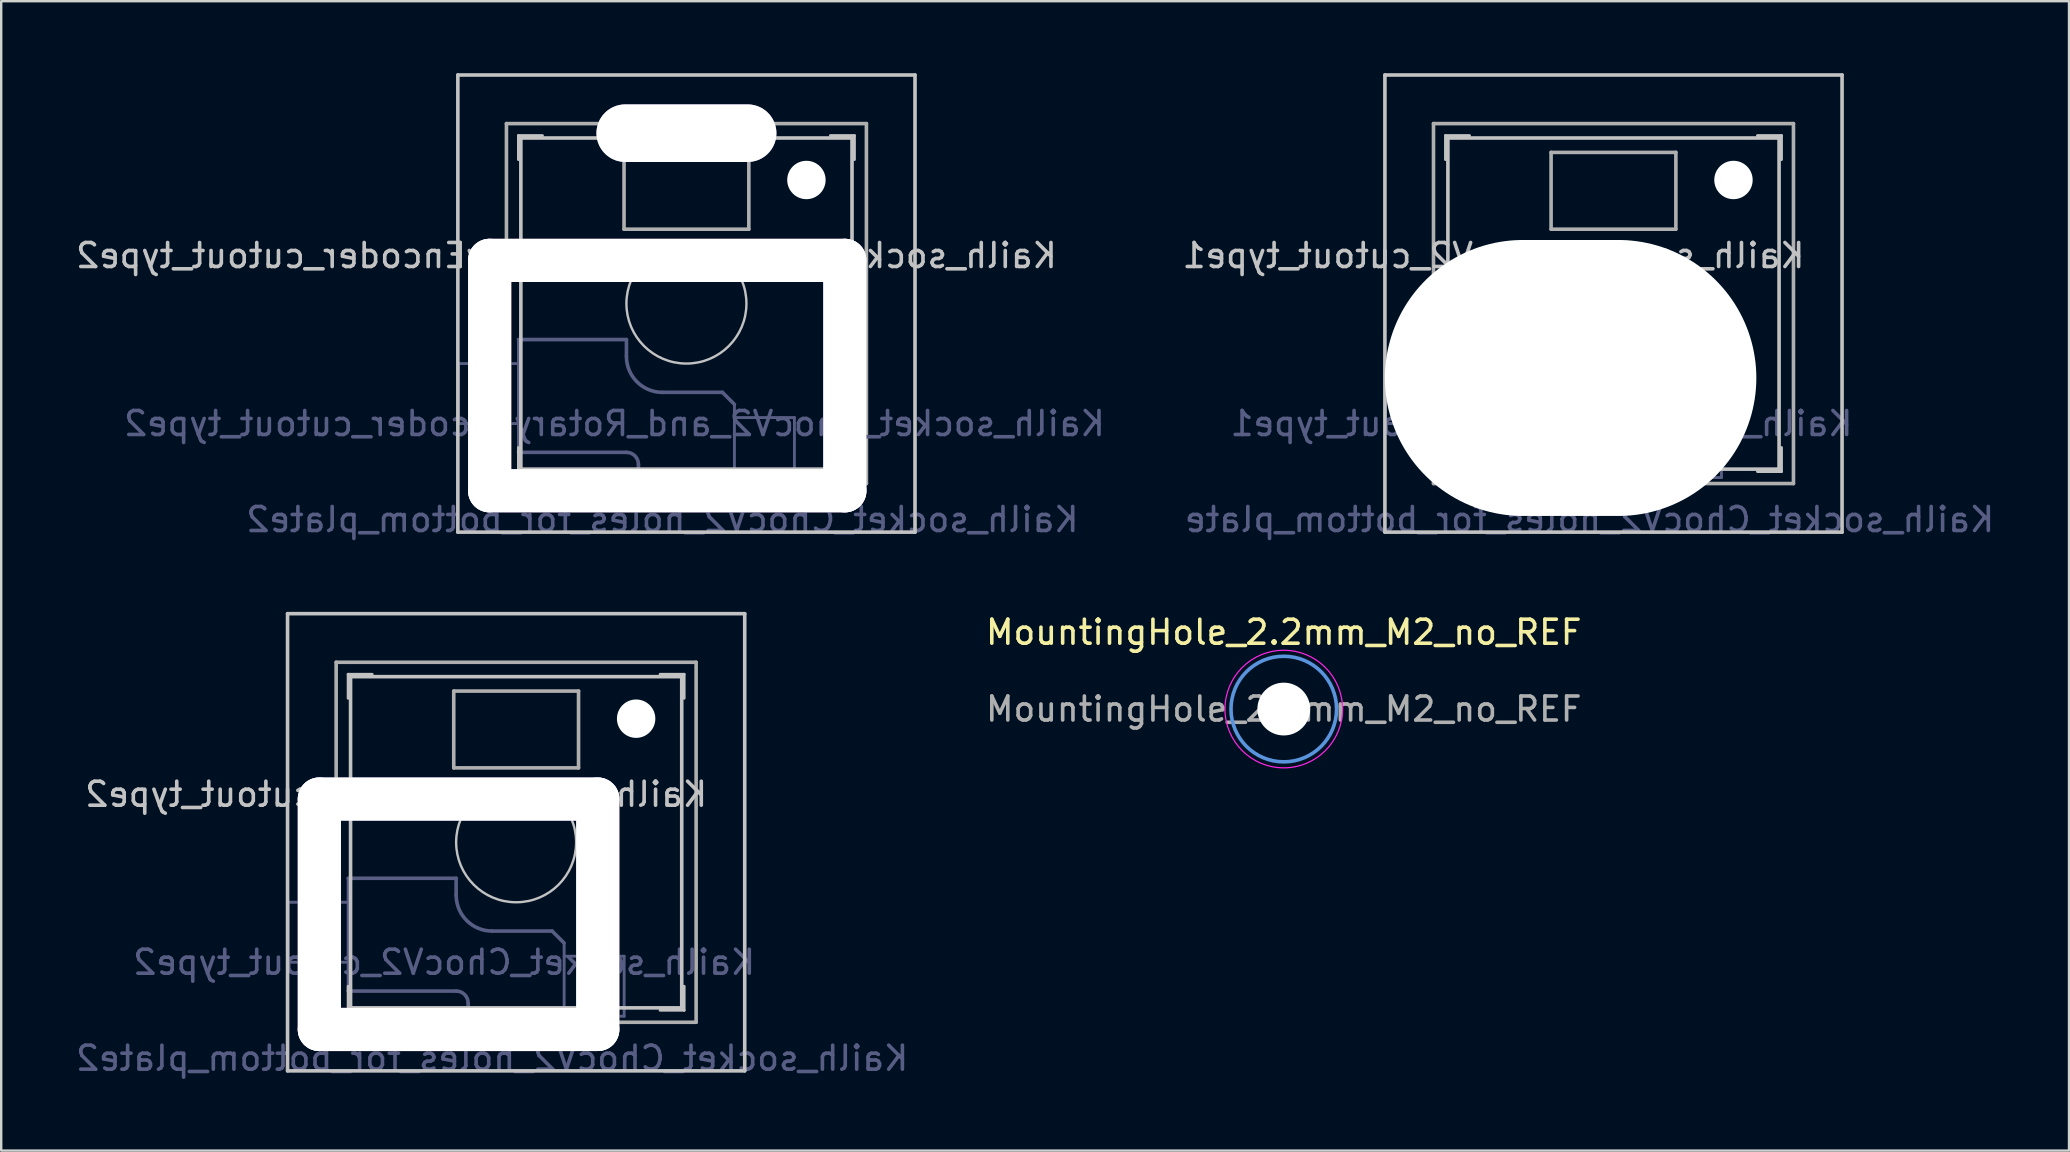
<source format=kicad_pcb>
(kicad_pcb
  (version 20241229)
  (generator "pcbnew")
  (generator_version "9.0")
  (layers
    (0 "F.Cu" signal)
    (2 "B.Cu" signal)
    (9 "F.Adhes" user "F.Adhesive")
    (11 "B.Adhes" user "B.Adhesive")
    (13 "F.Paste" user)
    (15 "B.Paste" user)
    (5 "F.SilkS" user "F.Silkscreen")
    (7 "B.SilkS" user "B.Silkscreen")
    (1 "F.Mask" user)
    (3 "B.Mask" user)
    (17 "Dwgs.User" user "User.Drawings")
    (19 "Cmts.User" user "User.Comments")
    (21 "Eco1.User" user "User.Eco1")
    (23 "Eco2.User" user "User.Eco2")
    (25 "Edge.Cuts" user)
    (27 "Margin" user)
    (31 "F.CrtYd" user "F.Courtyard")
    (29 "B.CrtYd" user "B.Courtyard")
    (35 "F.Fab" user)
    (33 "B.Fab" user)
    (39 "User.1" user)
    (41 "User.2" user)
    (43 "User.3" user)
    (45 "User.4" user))
  (footprint "Kailh_socket_ChocV2_cutout_type1"
    (layer "F.Cu")
    (at 64.185 9.6)
    (property "Reference" "Kailh_socket_ChocV2_cutout_type1" (at -5 -2 0) (layer "Dwgs.User") (effects (font (size 1 1) (thickness 0.15)) (justify mirror)))
    (property "Value" "Kailh_socket_ChocV2_holes_for_bottom_plate" (at 0 8.255 0) (layer "F.Fab") (hide yes) (effects (font (size 1 1) (thickness 0.15))))
    (attr smd)
    (fp_line (start -9.525 -9.525) (end 9.525 -9.525) (stroke (width 0.15) (type solid)) (layer "Dwgs.User"))
    (fp_line (start -9.525 9.525) (end -9.525 -9.525) (stroke (width 0.15) (type solid)) (layer "Dwgs.User"))
    (fp_line (start -7 -7) (end -7 -6) (stroke (width 0.12) (type solid)) (layer "Dwgs.User"))
    (fp_line (start -7 -7) (end -6 -7) (stroke (width 0.12) (type solid)) (layer "Dwgs.User"))
    (fp_line (start -7 7) (end -7 6) (stroke (width 0.12) (type solid)) (layer "Dwgs.User"))
    (fp_line (start -7 7) (end -6 7) (stroke (width 0.12) (type solid)) (layer "Dwgs.User"))
    (fp_line (start -6.9 6.9) (end -6.9 -6.9) (stroke (width 0.15) (type solid)) (layer "Dwgs.User"))
    (fp_line (start -6.9 6.9) (end 6.9 6.9) (stroke (width 0.15) (type solid)) (layer "Dwgs.User"))
    (fp_line (start 6.9 -6.9) (end -6.9 -6.9) (stroke (width 0.15) (type solid)) (layer "Dwgs.User"))
    (fp_line (start 6.9 -6.9) (end 6.9 6.9) (stroke (width 0.15) (type solid)) (layer "Dwgs.User"))
    (fp_line (start 7 -7) (end 6 -7) (stroke (width 0.12) (type solid)) (layer "Dwgs.User"))
    (fp_line (start 7 -7) (end 7 -6) (stroke (width 0.12) (type solid)) (layer "Dwgs.User"))
    (fp_line (start 7 7) (end 6 7) (stroke (width 0.12) (type solid)) (layer "Dwgs.User"))
    (fp_line (start 7 7) (end 7 6) (stroke (width 0.12) (type solid)) (layer "Dwgs.User"))
    (fp_line (start 9.525 -9.525) (end 9.525 9.525) (stroke (width 0.15) (type solid)) (layer "Dwgs.User"))
    (fp_line (start 9.525 9.525) (end -9.525 9.525) (stroke (width 0.15) (type solid)) (layer "Dwgs.User"))
    (fp_circle (center 0 0) (end 2.5 0) (stroke (width 0.1) (type default)) (fill no) (layer "Dwgs.User"))
    (fp_line (start -9.5 2.5) (end -7 2.5) (stroke (width 0.12) (type solid)) (layer "B.Fab"))
    (fp_line (start -9.5 5) (end -9.5 2.5) (stroke (width 0.12) (type solid)) (layer "B.Fab"))
    (fp_line (start -7 1.5) (end -7 6.2) (stroke (width 0.12) (type solid)) (layer "B.Fab"))
    (fp_line (start -7 5) (end -9.5 5) (stroke (width 0.12) (type solid)) (layer "B.Fab"))
    (fp_line (start -7 6.2) (end -2.5 6.2) (stroke (width 0.15) (type solid)) (layer "B.Fab"))
    (fp_line (start -2.5 1.5) (end -7 1.5) (stroke (width 0.15) (type solid)) (layer "B.Fab"))
    (fp_line (start -2.5 2.2) (end -2.5 1.5) (stroke (width 0.15) (type solid)) (layer "B.Fab"))
    (fp_line (start -2 6.7) (end -2 7.7) (stroke (width 0.15) (type solid)) (layer "B.Fab"))
    (fp_line (start -1.5 8.2) (end -2 7.7) (stroke (width 0.15) (type solid)) (layer "B.Fab"))
    (fp_line (start 1.5 3.7) (end -1 3.7) (stroke (width 0.15) (type solid)) (layer "B.Fab"))
    (fp_line (start 1.5 8.2) (end -1.5 8.2) (stroke (width 0.15) (type solid)) (layer "B.Fab"))
    (fp_line (start 2 4.2) (end 1.5 3.7) (stroke (width 0.15) (type solid)) (layer "B.Fab"))
    (fp_line (start 2 4.25) (end 2 7.7) (stroke (width 0.12) (type solid)) (layer "B.Fab"))
    (fp_line (start 2 4.75) (end 4.5 4.75) (stroke (width 0.12) (type solid)) (layer "B.Fab"))
    (fp_line (start 2 7.7) (end 1.5 8.2) (stroke (width 0.15) (type solid)) (layer "B.Fab"))
    (fp_line (start 4.5 4.75) (end 4.5 7.25) (stroke (width 0.12) (type solid)) (layer "B.Fab"))
    (fp_line (start 4.5 7.25) (end 2 7.25) (stroke (width 0.12) (type solid)) (layer "B.Fab"))
    (fp_arc (start -2.5 6.2) (mid -2.146447 6.346447) (end -2 6.7) (stroke (width 0.15) (type solid)) (layer "B.Fab"))
    (fp_arc (start -1 3.7) (mid -2.06066 3.26066) (end -2.5 2.2) (stroke (width 0.15) (type solid)) (layer "B.Fab"))
    (fp_line (start -7.5 -7.5) (end 7.5 -7.5) (stroke (width 0.15) (type solid)) (layer "F.Fab"))
    (fp_line (start -7.5 7.5) (end -7.5 -7.5) (stroke (width 0.15) (type solid)) (layer "F.Fab"))
    (fp_line (start -2.6 -3.1) (end -2.6 -6.3) (stroke (width 0.15) (type solid)) (layer "F.Fab"))
    (fp_line (start -2.6 -3.1) (end 2.6 -3.1) (stroke (width 0.15) (type solid)) (layer "F.Fab"))
    (fp_line (start 2.6 -6.3) (end -2.6 -6.3) (stroke (width 0.15) (type solid)) (layer "F.Fab"))
    (fp_line (start 2.6 -3.1) (end 2.6 -6.3) (stroke (width 0.15) (type solid)) (layer "F.Fab"))
    (fp_line (start 7.5 -7.5) (end 7.5 7.5) (stroke (width 0.15) (type solid)) (layer "F.Fab"))
    (fp_line (start 7.5 7.5) (end -7.5 7.5) (stroke (width 0.15) (type solid)) (layer "F.Fab"))
    (fp_text user "${REFERENCE}" (at -3 5 0) (layer "B.Fab") (effects (font (size 1 1) (thickness 0.15)) (justify mirror)))
    (fp_text user "${VALUE}" (at -1 9 0) (layer "B.Fab") (effects (font (size 1 1) (thickness 0.15)) (justify mirror)))
    (pad "" np_thru_hole oval (at -1.786 3.1) (size 15.478 11.5) (drill oval 15.478 11.5) (layers "*.Cu" "*.Mask"))
    (pad "" np_thru_hole circle (at 5 -5.15) (size 1.6 1.6) (drill 1.6) (layers "*.Cu" "*.Mask")))
  (footprint "MountingHole_2.2mm_M2_no_REF"
    (layer "F.Cu")
    (at 50.446 26.497)
    (property "Reference" "MountingHole_2.2mm_M2_no_REF" (at 0 -3.2 0) (layer "F.SilkS") (effects (font (size 1 1) (thickness 0.15))))
    (attr exclude_from_pos_files exclude_from_bom)
    (fp_circle (center 0 0) (end 2.2 0) (stroke (width 0.15) (type solid)) (fill no) (layer "Cmts.User"))
    (fp_circle (center 0 0) (end 2.45 0) (stroke (width 0.05) (type solid)) (fill no) (layer "F.CrtYd"))
    (fp_text user "${REFERENCE}" (at 0 0 0) (layer "F.Fab") (effects (font (size 1 1) (thickness 0.15))))
    (pad "" np_thru_hole circle (at 0 0) (size 2.2 2.2) (drill 2.2) (layers "*.Cu" "*.Mask")))
  (footprint "Kailh_socket_ChocV2_cutout_type2"
    (layer "F.Cu")
    (at 18.458 32.048)
    (property "Reference" "Kailh_socket_ChocV2_cutout_type2" (at -5 -2 0) (layer "Dwgs.User") (effects (font (size 1 1) (thickness 0.15)) (justify mirror)))
    (property "Value" "Kailh_socket_ChocV2_holes_for_bottom_plate2" (at 0 8.255 0) (layer "F.Fab") (hide yes) (effects (font (size 1 1) (thickness 0.15))))
    (attr smd)
    (fp_line (start -9.525 -9.525) (end 9.525 -9.525) (stroke (width 0.15) (type solid)) (layer "Dwgs.User"))
    (fp_line (start -9.525 9.525) (end -9.525 -9.525) (stroke (width 0.15) (type solid)) (layer "Dwgs.User"))
    (fp_line (start -7 -7) (end -7 -6) (stroke (width 0.12) (type solid)) (layer "Dwgs.User"))
    (fp_line (start -7 -7) (end -6 -7) (stroke (width 0.12) (type solid)) (layer "Dwgs.User"))
    (fp_line (start -7 7) (end -7 6) (stroke (width 0.12) (type solid)) (layer "Dwgs.User"))
    (fp_line (start -7 7) (end -6 7) (stroke (width 0.12) (type solid)) (layer "Dwgs.User"))
    (fp_line (start -6.9 6.9) (end -6.9 -6.9) (stroke (width 0.15) (type solid)) (layer "Dwgs.User"))
    (fp_line (start -6.9 6.9) (end 6.9 6.9) (stroke (width 0.15) (type solid)) (layer "Dwgs.User"))
    (fp_line (start 6.9 -6.9) (end -6.9 -6.9) (stroke (width 0.15) (type solid)) (layer "Dwgs.User"))
    (fp_line (start 6.9 -6.9) (end 6.9 6.9) (stroke (width 0.15) (type solid)) (layer "Dwgs.User"))
    (fp_line (start 7 -7) (end 6 -7) (stroke (width 0.12) (type solid)) (layer "Dwgs.User"))
    (fp_line (start 7 -7) (end 7 -6) (stroke (width 0.12) (type solid)) (layer "Dwgs.User"))
    (fp_line (start 7 7) (end 6 7) (stroke (width 0.12) (type solid)) (layer "Dwgs.User"))
    (fp_line (start 7 7) (end 7 6) (stroke (width 0.12) (type solid)) (layer "Dwgs.User"))
    (fp_line (start 9.525 -9.525) (end 9.525 9.525) (stroke (width 0.15) (type solid)) (layer "Dwgs.User"))
    (fp_line (start 9.525 9.525) (end -9.525 9.525) (stroke (width 0.15) (type solid)) (layer "Dwgs.User"))
    (fp_circle (center 0 0) (end 2.5 0) (stroke (width 0.1) (type default)) (fill no) (layer "Dwgs.User"))
    (fp_line (start -9.5 2.5) (end -7 2.5) (stroke (width 0.12) (type solid)) (layer "B.Fab"))
    (fp_line (start -9.5 5) (end -9.5 2.5) (stroke (width 0.12) (type solid)) (layer "B.Fab"))
    (fp_line (start -7 1.5) (end -7 6.2) (stroke (width 0.12) (type solid)) (layer "B.Fab"))
    (fp_line (start -7 5) (end -9.5 5) (stroke (width 0.12) (type solid)) (layer "B.Fab"))
    (fp_line (start -7 6.2) (end -2.5 6.2) (stroke (width 0.15) (type solid)) (layer "B.Fab"))
    (fp_line (start -2.5 1.5) (end -7 1.5) (stroke (width 0.15) (type solid)) (layer "B.Fab"))
    (fp_line (start -2.5 2.2) (end -2.5 1.5) (stroke (width 0.15) (type solid)) (layer "B.Fab"))
    (fp_line (start -2 6.7) (end -2 7.7) (stroke (width 0.15) (type solid)) (layer "B.Fab"))
    (fp_line (start -1.5 8.2) (end -2 7.7) (stroke (width 0.15) (type solid)) (layer "B.Fab"))
    (fp_line (start 1.5 3.7) (end -1 3.7) (stroke (width 0.15) (type solid)) (layer "B.Fab"))
    (fp_line (start 1.5 8.2) (end -1.5 8.2) (stroke (width 0.15) (type solid)) (layer "B.Fab"))
    (fp_line (start 2 4.2) (end 1.5 3.7) (stroke (width 0.15) (type solid)) (layer "B.Fab"))
    (fp_line (start 2 4.25) (end 2 7.7) (stroke (width 0.12) (type solid)) (layer "B.Fab"))
    (fp_line (start 2 4.75) (end 4.5 4.75) (stroke (width 0.12) (type solid)) (layer "B.Fab"))
    (fp_line (start 2 7.7) (end 1.5 8.2) (stroke (width 0.15) (type solid)) (layer "B.Fab"))
    (fp_line (start 4.5 4.75) (end 4.5 7.25) (stroke (width 0.12) (type solid)) (layer "B.Fab"))
    (fp_line (start 4.5 7.25) (end 2 7.25) (stroke (width 0.12) (type solid)) (layer "B.Fab"))
    (fp_arc (start -2.5 6.2) (mid -2.146447 6.346447) (end -2 6.7) (stroke (width 0.15) (type solid)) (layer "B.Fab"))
    (fp_arc (start -1 3.7) (mid -2.06066 3.26066) (end -2.5 2.2) (stroke (width 0.15) (type solid)) (layer "B.Fab"))
    (fp_line (start -7.5 -7.5) (end 7.5 -7.5) (stroke (width 0.15) (type solid)) (layer "F.Fab"))
    (fp_line (start -7.5 7.5) (end -7.5 -7.5) (stroke (width 0.15) (type solid)) (layer "F.Fab"))
    (fp_line (start -2.6 -3.1) (end -2.6 -6.3) (stroke (width 0.15) (type solid)) (layer "F.Fab"))
    (fp_line (start -2.6 -3.1) (end 2.6 -3.1) (stroke (width 0.15) (type solid)) (layer "F.Fab"))
    (fp_line (start 2.6 -6.3) (end -2.6 -6.3) (stroke (width 0.15) (type solid)) (layer "F.Fab"))
    (fp_line (start 2.6 -3.1) (end 2.6 -6.3) (stroke (width 0.15) (type solid)) (layer "F.Fab"))
    (fp_line (start 7.5 -7.5) (end 7.5 7.5) (stroke (width 0.15) (type solid)) (layer "F.Fab"))
    (fp_line (start 7.5 7.5) (end -7.5 7.5) (stroke (width 0.15) (type solid)) (layer "F.Fab"))
    (fp_text user "${REFERENCE}" (at -3 5 0) (layer "B.Fab") (effects (font (size 1 1) (thickness 0.15)) (justify mirror)))
    (fp_text user "${VALUE}" (at -1 9 0) (layer "B.Fab") (effects (font (size 1 1) (thickness 0.15)) (justify mirror)))
    (pad "" np_thru_hole roundrect (at -8.2 3 90) (size 11.4 1.8) (drill oval 11.4 1.8) (layers "*.Cu" "*.Mask") (roundrect_rratio 0.5))
    (pad "" np_thru_hole roundrect (at -2.4 -1.8) (size 13.4 1.8) (drill oval 13.4 1.8) (layers "*.Cu" "*.Mask") (roundrect_rratio 0.5))
    (pad "" np_thru_hole roundrect (at -2.4 7.8) (size 13.4 1.8) (drill oval 13.4 1.8) (layers "*.Cu" "*.Mask") (roundrect_rratio 0.5))
    (pad "" np_thru_hole roundrect (at 3.4 3 90) (size 11.4 1.8) (drill oval 11.4 1.8) (layers "*.Cu" "*.Mask") (roundrect_rratio 0.5))
    (pad "" np_thru_hole circle (at 5 -5.15) (size 1.6 1.6) (drill 1.6) (layers "*.Cu" "*.Mask")))
  (footprint "Kailh_socket_ChocV2_and_RotaryEncoder_cutout_type2"
    (layer "F.Cu")
    (at 25.554 9.6)
    (property "Reference" "Kailh_socket_ChocV2_and_RotaryEncoder_cutout_type2" (at -5 -2 0) (layer "Dwgs.User") (effects (font (size 1 1) (thickness 0.15)) (justify mirror)))
    (property "Value" "Kailh_socket_ChocV2_holes_for_bottom_plate2" (at 0 8.255 0) (layer "F.Fab") (hide yes) (effects (font (size 1 1) (thickness 0.15))))
    (attr smd)
    (fp_line (start -9.525 -9.525) (end 9.525 -9.525) (stroke (width 0.15) (type solid)) (layer "Dwgs.User"))
    (fp_line (start -9.525 9.525) (end -9.525 -9.525) (stroke (width 0.15) (type solid)) (layer "Dwgs.User"))
    (fp_line (start -7 -7) (end -7 -6) (stroke (width 0.12) (type solid)) (layer "Dwgs.User"))
    (fp_line (start -7 -7) (end -6 -7) (stroke (width 0.12) (type solid)) (layer "Dwgs.User"))
    (fp_line (start -7 7) (end -7 6) (stroke (width 0.12) (type solid)) (layer "Dwgs.User"))
    (fp_line (start -7 7) (end -6 7) (stroke (width 0.12) (type solid)) (layer "Dwgs.User"))
    (fp_line (start -6.9 6.9) (end -6.9 -6.9) (stroke (width 0.15) (type solid)) (layer "Dwgs.User"))
    (fp_line (start -6.9 6.9) (end 6.9 6.9) (stroke (width 0.15) (type solid)) (layer "Dwgs.User"))
    (fp_line (start 6.9 -6.9) (end -6.9 -6.9) (stroke (width 0.15) (type solid)) (layer "Dwgs.User"))
    (fp_line (start 6.9 -6.9) (end 6.9 6.9) (stroke (width 0.15) (type solid)) (layer "Dwgs.User"))
    (fp_line (start 7 -7) (end 6 -7) (stroke (width 0.12) (type solid)) (layer "Dwgs.User"))
    (fp_line (start 7 -7) (end 7 -6) (stroke (width 0.12) (type solid)) (layer "Dwgs.User"))
    (fp_line (start 7 7) (end 6 7) (stroke (width 0.12) (type solid)) (layer "Dwgs.User"))
    (fp_line (start 7 7) (end 7 6) (stroke (width 0.12) (type solid)) (layer "Dwgs.User"))
    (fp_line (start 9.525 -9.525) (end 9.525 9.525) (stroke (width 0.15) (type solid)) (layer "Dwgs.User"))
    (fp_line (start 9.525 9.525) (end -9.525 9.525) (stroke (width 0.15) (type solid)) (layer "Dwgs.User"))
    (fp_circle (center 0 0) (end 2.5 0) (stroke (width 0.1) (type default)) (fill no) (layer "Dwgs.User"))
    (fp_line (start -9.5 2.5) (end -7 2.5) (stroke (width 0.12) (type solid)) (layer "B.Fab"))
    (fp_line (start -9.5 5) (end -9.5 2.5) (stroke (width 0.12) (type solid)) (layer "B.Fab"))
    (fp_line (start -7 1.5) (end -7 6.2) (stroke (width 0.12) (type solid)) (layer "B.Fab"))
    (fp_line (start -7 5) (end -9.5 5) (stroke (width 0.12) (type solid)) (layer "B.Fab"))
    (fp_line (start -7 6.2) (end -2.5 6.2) (stroke (width 0.15) (type solid)) (layer "B.Fab"))
    (fp_line (start -2.5 1.5) (end -7 1.5) (stroke (width 0.15) (type solid)) (layer "B.Fab"))
    (fp_line (start -2.5 2.2) (end -2.5 1.5) (stroke (width 0.15) (type solid)) (layer "B.Fab"))
    (fp_line (start -2 6.7) (end -2 7.7) (stroke (width 0.15) (type solid)) (layer "B.Fab"))
    (fp_line (start -1.5 8.2) (end -2 7.7) (stroke (width 0.15) (type solid)) (layer "B.Fab"))
    (fp_line (start 1.5 3.7) (end -1 3.7) (stroke (width 0.15) (type solid)) (layer "B.Fab"))
    (fp_line (start 1.5 8.2) (end -1.5 8.2) (stroke (width 0.15) (type solid)) (layer "B.Fab"))
    (fp_line (start 2 4.2) (end 1.5 3.7) (stroke (width 0.15) (type solid)) (layer "B.Fab"))
    (fp_line (start 2 4.25) (end 2 7.7) (stroke (width 0.12) (type solid)) (layer "B.Fab"))
    (fp_line (start 2 4.75) (end 4.5 4.75) (stroke (width 0.12) (type solid)) (layer "B.Fab"))
    (fp_line (start 2 7.7) (end 1.5 8.2) (stroke (width 0.15) (type solid)) (layer "B.Fab"))
    (fp_line (start 4.5 4.75) (end 4.5 7.25) (stroke (width 0.12) (type solid)) (layer "B.Fab"))
    (fp_line (start 4.5 7.25) (end 2 7.25) (stroke (width 0.12) (type solid)) (layer "B.Fab"))
    (fp_arc (start -2.5 6.2) (mid -2.146447 6.346447) (end -2 6.7) (stroke (width 0.15) (type solid)) (layer "B.Fab"))
    (fp_arc (start -1 3.7) (mid -2.06066 3.26066) (end -2.5 2.2) (stroke (width 0.15) (type solid)) (layer "B.Fab"))
    (fp_line (start -7.5 -7.5) (end 7.5 -7.5) (stroke (width 0.15) (type solid)) (layer "F.Fab"))
    (fp_line (start -7.5 7.5) (end -7.5 -7.5) (stroke (width 0.15) (type solid)) (layer "F.Fab"))
    (fp_line (start -2.6 -3.1) (end -2.6 -6.3) (stroke (width 0.15) (type solid)) (layer "F.Fab"))
    (fp_line (start -2.6 -3.1) (end 2.6 -3.1) (stroke (width 0.15) (type solid)) (layer "F.Fab"))
    (fp_line (start 2.6 -6.3) (end -2.6 -6.3) (stroke (width 0.15) (type solid)) (layer "F.Fab"))
    (fp_line (start 2.6 -3.1) (end 2.6 -6.3) (stroke (width 0.15) (type solid)) (layer "F.Fab"))
    (fp_line (start 7.5 -7.5) (end 7.5 7.5) (stroke (width 0.15) (type solid)) (layer "F.Fab"))
    (fp_line (start 7.5 7.5) (end -7.5 7.5) (stroke (width 0.15) (type solid)) (layer "F.Fab"))
    (fp_text user "${VALUE}" (at -1 9 0) (layer "B.Fab") (effects (font (size 1 1) (thickness 0.15)) (justify mirror)))
    (fp_text user "${REFERENCE}" (at -3 5 0) (layer "B.Fab") (effects (font (size 1 1) (thickness 0.15)) (justify mirror)))
    (pad "" np_thru_hole roundrect (at -8.2 3 90) (size 11.4 1.8) (drill oval 11.4 1.8) (layers "*.Cu" "*.Mask") (roundrect_rratio 0.5))
    (pad "" np_thru_hole roundrect (at -0.8 -1.8) (size 16.6 1.8) (drill oval 16.6 1.8) (layers "*.Cu" "*.Mask") (roundrect_rratio 0.5))
    (pad "" np_thru_hole roundrect (at -0.8 7.8) (size 16.6 1.8) (drill oval 16.6 1.8) (layers "*.Cu" "*.Mask") (roundrect_rratio 0.5))
    (pad "" np_thru_hole roundrect (at 0 -7.1 180) (size 7.5 2.4) (drill oval 7.5 2.4) (layers "*.Cu" "*.Mask") (roundrect_rratio 0.5))
    (pad "" np_thru_hole circle (at 5 -5.15) (size 1.6 1.6) (drill 1.6) (layers "*.Cu" "*.Mask"))
    (pad "" np_thru_hole roundrect (at 6.6 3 90) (size 11.4 1.8) (drill oval 11.4 1.8) (layers "*.Cu" "*.Mask") (roundrect_rratio 0.5)))
  (gr_rect
    (start -3 -3)
    (end 83.167 44.897)
    (stroke (width 0.1) (type default))
    (fill no)
    (layer "Edge.Cuts")))
</source>
